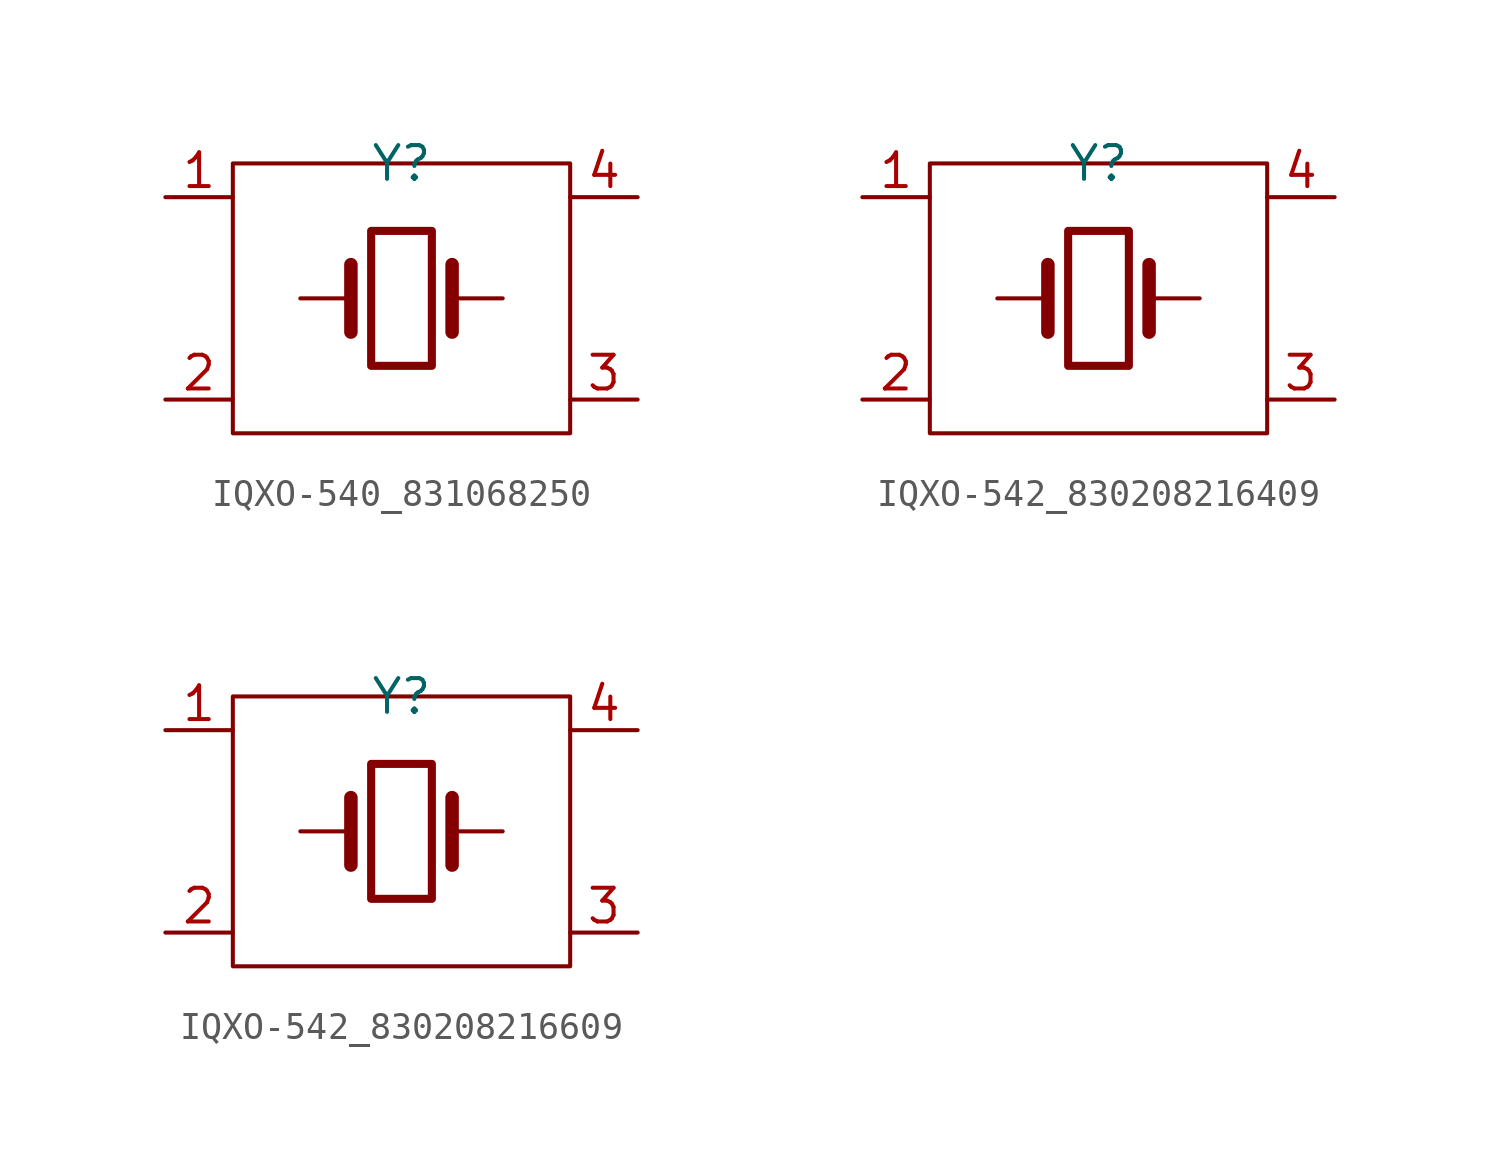
<source format=kicad_sym>
(kicad_symbol_lib
  (version 20220914)
  (generator kicad_symbol_editor)
  (symbol "IQXO-540_831068250"
    (pin_names hide)
    (property "Reference" "Y"
      (at 0 5.08 0)
      (effects (font (size 1.27 1.27))))
    (property "Critical Parameter" ""
      (at 0 -5.08 0)
      (effects (font (size 1.27 1.27)) (justify left)))
    (symbol "IQXO-540_831068250_0_1"
      (rectangle (start -6.35 5.08) (end 6.35 -5.08) (stroke (width 0) (type default)) (fill (type none)))
      (rectangle (start -1.143 2.54) (end 1.143 -2.54) (stroke (width 0.305) (type default)) (fill (type none)))
      (polyline (pts (xy -3.81 0) (xy -1.905 0)) (stroke (width 0) (type default)) (fill (type none)))
      (polyline (pts (xy -1.905 -1.27) (xy -1.905 1.27)) (stroke (width 0.508) (type default)) (fill (type none)))
      (polyline (pts (xy 1.905 -1.27) (xy 1.905 1.27)) (stroke (width 0.508) (type default)) (fill (type none)))
      (polyline (pts (xy 3.81 0) (xy 1.905 0)) (stroke (width 0) (type default)) (fill (type none))))
    (symbol "IQXO-540_831068250_1_1"
      (pin passive line (at -8.89 3.81 0) (length 2.54) (name "E/D" (effects (font (size 1.27 1.27)))) (number "1" (effects (font (size 1.27 1.27)))))
      (pin passive line (at -8.89 -3.81 0) (length 2.54) (name "GND" (effects (font (size 1.27 1.27)))) (number "2" (effects (font (size 1.27 1.27)))))
      (pin passive line (at 8.89 -3.81 180) (length 2.54) (name "OUT" (effects (font (size 1.27 1.27)))) (number "3" (effects (font (size 1.27 1.27)))))
      (pin passive line (at 8.89 3.81 180) (length 2.54) (name "+VS" (effects (font (size 1.27 1.27)))) (number "4" (effects (font (size 1.27 1.27)))))))
  (symbol "IQXO-542_830208216409"
    (pin_names hide)
    (property "Reference" "Y"
      (at 0 5.08 0)
      (effects (font (size 1.27 1.27))))
    (property "Critical Parameter" ""
      (at 0 -5.08 0)
      (effects (font (size 1.27 1.27)) (justify left)))
    (symbol "IQXO-542_830208216409_0_1"
      (rectangle (start -6.35 5.08) (end 6.35 -5.08) (stroke (width 0) (type default)) (fill (type none)))
      (rectangle (start -1.143 2.54) (end 1.143 -2.54) (stroke (width 0.305) (type default)) (fill (type none)))
      (polyline (pts (xy -3.81 0) (xy -1.905 0)) (stroke (width 0) (type default)) (fill (type none)))
      (polyline (pts (xy -1.905 -1.27) (xy -1.905 1.27)) (stroke (width 0.508) (type default)) (fill (type none)))
      (polyline (pts (xy 1.905 -1.27) (xy 1.905 1.27)) (stroke (width 0.508) (type default)) (fill (type none)))
      (polyline (pts (xy 3.81 0) (xy 1.905 0)) (stroke (width 0) (type default)) (fill (type none))))
    (symbol "IQXO-542_830208216409_1_1"
      (pin passive line (at -8.89 3.81 0) (length 2.54) (name "E/D" (effects (font (size 1.27 1.27)))) (number "1" (effects (font (size 1.27 1.27)))))
      (pin passive line (at -8.89 -3.81 0) (length 2.54) (name "GND" (effects (font (size 1.27 1.27)))) (number "2" (effects (font (size 1.27 1.27)))))
      (pin passive line (at 8.89 -3.81 180) (length 2.54) (name "OUT" (effects (font (size 1.27 1.27)))) (number "3" (effects (font (size 1.27 1.27)))))
      (pin passive line (at 8.89 3.81 180) (length 2.54) (name "+VS" (effects (font (size 1.27 1.27)))) (number "4" (effects (font (size 1.27 1.27)))))))
  (symbol "IQXO-542_830208216609"
    (pin_names hide)
    (property "Reference" "Y"
      (at 0 5.08 0)
      (effects (font (size 1.27 1.27))))
    (property "Critical Parameter" ""
      (at 0 -5.08 0)
      (effects (font (size 1.27 1.27)) (justify left)))
    (symbol "IQXO-542_830208216609_0_1"
      (rectangle (start -6.35 5.08) (end 6.35 -5.08) (stroke (width 0) (type default)) (fill (type none)))
      (rectangle (start -1.143 2.54) (end 1.143 -2.54) (stroke (width 0.305) (type default)) (fill (type none)))
      (polyline (pts (xy -3.81 0) (xy -1.905 0)) (stroke (width 0) (type default)) (fill (type none)))
      (polyline (pts (xy -1.905 -1.27) (xy -1.905 1.27)) (stroke (width 0.508) (type default)) (fill (type none)))
      (polyline (pts (xy 1.905 -1.27) (xy 1.905 1.27)) (stroke (width 0.508) (type default)) (fill (type none)))
      (polyline (pts (xy 3.81 0) (xy 1.905 0)) (stroke (width 0) (type default)) (fill (type none))))
    (symbol "IQXO-542_830208216609_1_1"
      (pin passive line (at -8.89 3.81 0) (length 2.54) (name "E/D" (effects (font (size 1.27 1.27)))) (number "1" (effects (font (size 1.27 1.27)))))
      (pin passive line (at -8.89 -3.81 0) (length 2.54) (name "GND" (effects (font (size 1.27 1.27)))) (number "2" (effects (font (size 1.27 1.27)))))
      (pin passive line (at 8.89 -3.81 180) (length 2.54) (name "OUT" (effects (font (size 1.27 1.27)))) (number "3" (effects (font (size 1.27 1.27)))))
      (pin passive line (at 8.89 3.81 180) (length 2.54) (name "+VS" (effects (font (size 1.27 1.27)))) (number "4" (effects (font (size 1.27 1.27))))))))
</source>
